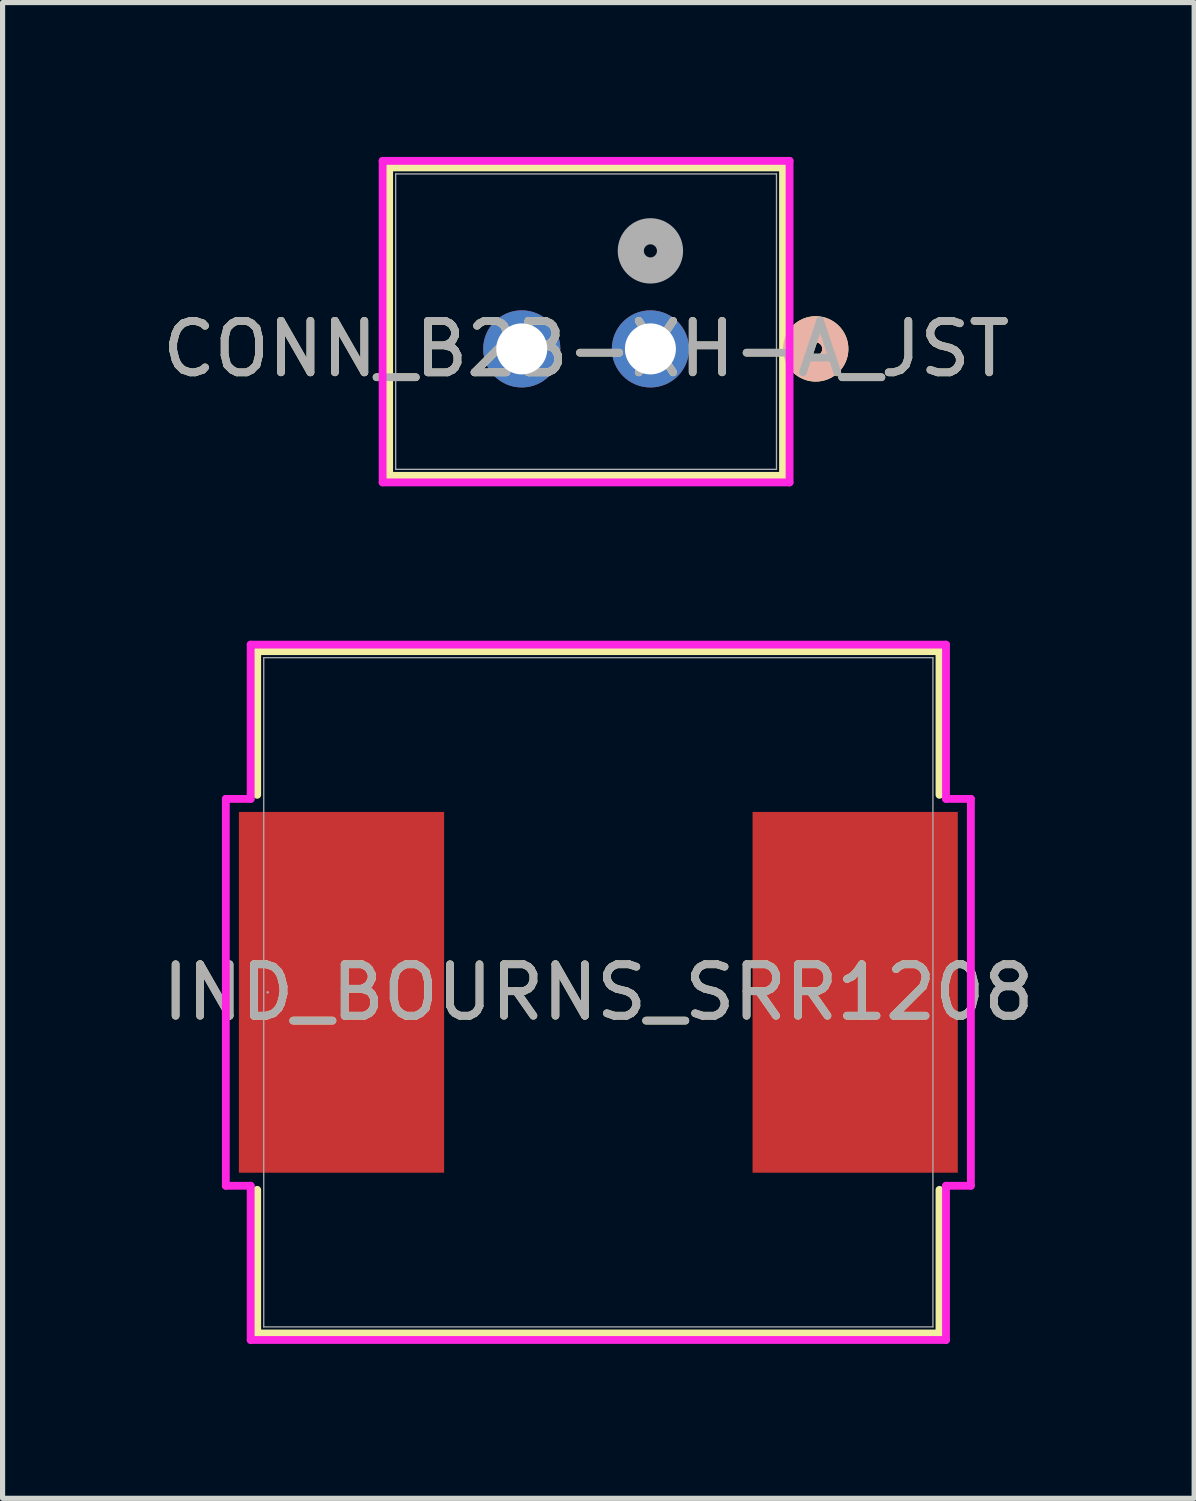
<source format=kicad_pcb>
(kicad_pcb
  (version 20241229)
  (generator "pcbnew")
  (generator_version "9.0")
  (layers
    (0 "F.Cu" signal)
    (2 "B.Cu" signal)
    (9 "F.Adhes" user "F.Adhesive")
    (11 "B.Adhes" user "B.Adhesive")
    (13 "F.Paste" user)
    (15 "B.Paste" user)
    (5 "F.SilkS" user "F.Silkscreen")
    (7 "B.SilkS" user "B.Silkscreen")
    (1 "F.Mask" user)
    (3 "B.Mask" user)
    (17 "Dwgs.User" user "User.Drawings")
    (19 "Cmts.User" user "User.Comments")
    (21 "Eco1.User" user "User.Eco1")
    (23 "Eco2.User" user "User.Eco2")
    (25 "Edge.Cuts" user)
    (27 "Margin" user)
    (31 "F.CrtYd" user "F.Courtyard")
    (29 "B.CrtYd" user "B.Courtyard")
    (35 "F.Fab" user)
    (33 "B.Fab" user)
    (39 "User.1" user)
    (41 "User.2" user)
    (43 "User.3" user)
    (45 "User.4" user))
  (footprint "CONN_B2B-XH-A_JST"
    (layer "F.Cu")
    (at 9.589 3.73)
    (property "Reference" "CONN_B2B-XH-A_JST" (at -1.25 0 0) (unlocked yes) (layer "F.SilkS") (effects (font (size 1 1) (thickness 0.15))))
    (attr through_hole)
    (fp_line (start -5.077 -3.527) (end -5.077 2.467) (stroke (width 0.152) (type solid)) (layer "F.SilkS"))
    (fp_line (start -5.077 2.467) (end 2.577 2.467) (stroke (width 0.152) (type solid)) (layer "F.SilkS"))
    (fp_line (start 2.577 -3.527) (end -5.077 -3.527) (stroke (width 0.152) (type solid)) (layer "F.SilkS"))
    (fp_line (start 2.577 2.467) (end 2.577 -3.527) (stroke (width 0.152) (type solid)) (layer "F.SilkS"))
    (fp_circle (center 3.212 0) (end 3.593 0) (stroke (width 0.508) (type solid)) (fill no) (layer "F.SilkS"))
    (fp_circle (center 3.212 0) (end 3.593 0) (stroke (width 0.508) (type solid)) (fill no) (layer "B.SilkS"))
    (fp_line (start -5.204 -3.654) (end -5.204 2.594) (stroke (width 0.152) (type solid)) (layer "F.CrtYd"))
    (fp_line (start -5.204 2.594) (end 2.704 2.594) (stroke (width 0.152) (type solid)) (layer "F.CrtYd"))
    (fp_line (start 2.704 -3.654) (end -5.204 -3.654) (stroke (width 0.152) (type solid)) (layer "F.CrtYd"))
    (fp_line (start 2.704 2.594) (end 2.704 -3.654) (stroke (width 0.152) (type solid)) (layer "F.CrtYd"))
    (fp_line (start -4.95 -3.4) (end -4.95 2.34) (stroke (width 0.025) (type solid)) (layer "F.Fab"))
    (fp_line (start -4.95 2.34) (end 2.45 2.34) (stroke (width 0.025) (type solid)) (layer "F.Fab"))
    (fp_line (start 2.45 -3.4) (end -4.95 -3.4) (stroke (width 0.025) (type solid)) (layer "F.Fab"))
    (fp_line (start 2.45 2.34) (end 2.45 -3.4) (stroke (width 0.025) (type solid)) (layer "F.Fab"))
    (fp_circle (center 0 -1.905) (end 0.381 -1.905) (stroke (width 0.508) (type solid)) (fill no) (layer "F.Fab"))
    (fp_text user "${REFERENCE}" (at -1.25 0 0) (unlocked yes) (layer "F.Fab") (effects (font (size 1 1) (thickness 0.15))))
    (pad "1" thru_hole circle (at 0 0) (size 1.499 1.499) (drill 0.991) (layers "*.Cu" "*.Mask"))
    (pad "2" thru_hole circle (at -2.5 0) (size 1.499 1.499) (drill 0.991) (layers "*.Cu" "*.Mask")))
  (footprint "IND_BOURNS_SRR1208"
    (layer "F.Cu")
    (at 8.577 16.233)
    (property "Reference" "IND_BOURNS_SRR1208" (at 0 0 0) (unlocked yes) (layer "F.SilkS") (effects (font (size 1 1) (thickness 0.15))))
    (attr smd)
    (fp_line (start -6.629 -6.629) (end -6.629 -3.838) (stroke (width 0.152) (type solid)) (layer "F.SilkS"))
    (fp_line (start -6.629 3.838) (end -6.629 6.629) (stroke (width 0.152) (type solid)) (layer "F.SilkS"))
    (fp_line (start -6.629 6.629) (end 6.629 6.629) (stroke (width 0.152) (type solid)) (layer "F.SilkS"))
    (fp_line (start 6.629 -6.629) (end -6.629 -6.629) (stroke (width 0.152) (type solid)) (layer "F.SilkS"))
    (fp_line (start 6.629 -3.838) (end 6.629 -6.629) (stroke (width 0.152) (type solid)) (layer "F.SilkS"))
    (fp_line (start 6.629 6.629) (end 6.629 3.838) (stroke (width 0.152) (type solid)) (layer "F.SilkS"))
    (fp_line (start -7.239 -3.759) (end -6.756 -3.759) (stroke (width 0.152) (type solid)) (layer "F.CrtYd"))
    (fp_line (start -7.239 3.759) (end -7.239 -3.759) (stroke (width 0.152) (type solid)) (layer "F.CrtYd"))
    (fp_line (start -6.756 -6.756) (end 6.756 -6.756) (stroke (width 0.152) (type solid)) (layer "F.CrtYd"))
    (fp_line (start -6.756 -3.759) (end -6.756 -6.756) (stroke (width 0.152) (type solid)) (layer "F.CrtYd"))
    (fp_line (start -6.756 3.759) (end -7.239 3.759) (stroke (width 0.152) (type solid)) (layer "F.CrtYd"))
    (fp_line (start -6.756 6.756) (end -6.756 3.759) (stroke (width 0.152) (type solid)) (layer "F.CrtYd"))
    (fp_line (start 6.756 -6.756) (end 6.756 -3.759) (stroke (width 0.152) (type solid)) (layer "F.CrtYd"))
    (fp_line (start 6.756 -3.759) (end 7.239 -3.759) (stroke (width 0.152) (type solid)) (layer "F.CrtYd"))
    (fp_line (start 6.756 3.759) (end 6.756 6.756) (stroke (width 0.152) (type solid)) (layer "F.CrtYd"))
    (fp_line (start 6.756 6.756) (end -6.756 6.756) (stroke (width 0.152) (type solid)) (layer "F.CrtYd"))
    (fp_line (start 7.239 -3.759) (end 7.239 3.759) (stroke (width 0.152) (type solid)) (layer "F.CrtYd"))
    (fp_line (start 7.239 3.759) (end 6.756 3.759) (stroke (width 0.152) (type solid)) (layer "F.CrtYd"))
    (fp_line (start -6.502 -6.502) (end -6.502 6.502) (stroke (width 0.025) (type solid)) (layer "F.Fab"))
    (fp_line (start -6.502 6.502) (end 6.502 6.502) (stroke (width 0.025) (type solid)) (layer "F.Fab"))
    (fp_line (start 6.502 -6.502) (end -6.502 -6.502) (stroke (width 0.025) (type solid)) (layer "F.Fab"))
    (fp_line (start 6.502 6.502) (end 6.502 -6.502) (stroke (width 0.025) (type solid)) (layer "F.Fab"))
    (fp_circle (center -6.426 0) (end -6.426 0) (stroke (width 0.025) (type solid)) (fill no) (layer "F.Fab"))
    (fp_text user "${REFERENCE}" (at 0 0 0) (unlocked yes) (layer "F.Fab") (effects (font (size 1 1) (thickness 0.15))))
    (pad "1" smd rect (at -4.991 0) (size 3.988 7.01) (layers "F.Cu" "F.Mask" "F.Paste"))
    (pad "2" smd rect (at 4.991 0) (size 3.988 7.01) (layers "F.Cu" "F.Mask" "F.Paste"))
    (zone (net_name "") (layer "F.Cu") (hatch full 0.508) (connect_pads) (min_thickness 0.254) (filled_areas_thickness no) (keepout (tracks not_allowed) (vias not_allowed) (pads allowed) (copperpour not_allowed) (footprints allowed)) (placement (enabled no)) (fill) (polygon (pts (xy 5.631 9.782) (xy 11.524 9.782) (xy 11.524 22.685) (xy 5.631 22.685)))))
  (gr_rect
    (start -3 -3)
    (end 20.155 26.066)
    (stroke (width 0.1) (type default))
    (fill no)
    (layer "Edge.Cuts")))
</source>
